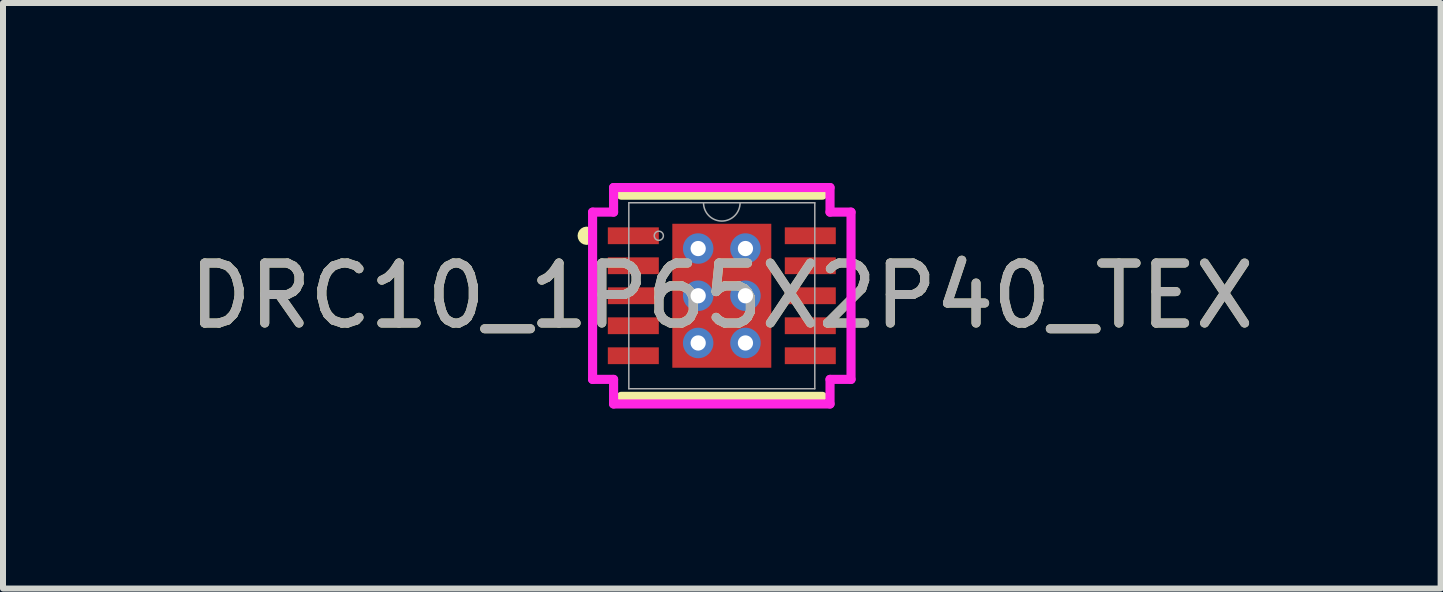
<source format=kicad_pcb>
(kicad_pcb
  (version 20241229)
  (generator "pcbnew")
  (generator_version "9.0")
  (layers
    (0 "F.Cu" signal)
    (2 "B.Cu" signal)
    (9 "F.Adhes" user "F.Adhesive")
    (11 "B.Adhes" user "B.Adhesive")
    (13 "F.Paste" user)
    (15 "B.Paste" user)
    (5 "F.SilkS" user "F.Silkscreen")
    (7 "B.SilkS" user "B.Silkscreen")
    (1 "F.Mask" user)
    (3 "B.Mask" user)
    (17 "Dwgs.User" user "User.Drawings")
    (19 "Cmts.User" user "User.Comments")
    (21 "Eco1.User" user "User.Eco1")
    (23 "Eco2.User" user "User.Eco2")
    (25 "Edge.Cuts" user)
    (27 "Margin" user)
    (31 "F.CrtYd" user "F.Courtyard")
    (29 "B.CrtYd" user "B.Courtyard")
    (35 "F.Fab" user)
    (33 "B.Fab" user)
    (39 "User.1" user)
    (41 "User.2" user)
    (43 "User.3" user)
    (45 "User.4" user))
  (footprint "DRC10_1P65X2P40_TEX"
    (layer "F.Cu")
    (at 8.982 1.88)
    (property "Reference" "DRC10_1P65X2P40_TEX" (at 0 0 0) (unlocked yes) (layer "F.SilkS") (effects (font (size 1 1) (thickness 0.15))))
    (attr smd)
    (fp_poly (pts (xy -0.888 -1.264) (xy -0.594 -1.264) (xy -0.594 1.264) (xy -0.888 1.264)) (stroke (width 0) (type solid)) (fill yes) (layer "F.Mask"))
    (fp_poly (pts (xy -0.888 -1.264) (xy 0.888 -1.264) (xy 0.888 -0.987) (xy -0.888 -0.987)) (stroke (width 0) (type solid)) (fill yes) (layer "F.Mask"))
    (fp_poly (pts (xy -0.888 -0.587) (xy 0.888 -0.587) (xy 0.888 -0.2) (xy -0.888 -0.2)) (stroke (width 0) (type solid)) (fill yes) (layer "F.Mask"))
    (fp_poly (pts (xy -0.888 0.2) (xy 0.888 0.2) (xy 0.888 0.587) (xy -0.888 0.587)) (stroke (width 0) (type solid)) (fill yes) (layer "F.Mask"))
    (fp_poly (pts (xy -0.888 0.987) (xy 0.888 0.987) (xy 0.888 1.264) (xy -0.888 1.264)) (stroke (width 0) (type solid)) (fill yes) (layer "F.Mask"))
    (fp_poly (pts (xy 0.194 -1.264) (xy -0.194 -1.264) (xy -0.194 1.264) (xy 0.194 1.264)) (stroke (width 0) (type solid)) (fill yes) (layer "F.Mask"))
    (fp_poly (pts (xy 0.594 -1.264) (xy 0.888 -1.264) (xy 0.888 1.264) (xy 0.594 1.264)) (stroke (width 0) (type solid)) (fill yes) (layer "F.Mask"))
    (fp_line (start -1.677 1.677) (end 1.677 1.677) (stroke (width 0.152) (type solid)) (layer "F.SilkS"))
    (fp_line (start 1.677 -1.677) (end -1.677 -1.677) (stroke (width 0.152) (type solid)) (layer "F.SilkS"))
    (fp_arc (start -2.232741 -0.926171) (mid -2.3278 -1) (end -2.232741 -1.073829) (stroke (width 0.1524) (type solid)) (layer "F.SilkS"))
    (fp_poly (pts (xy -0.75 -1.125) (xy -0.75 -0.887) (xy -0.635 -0.887) (xy -0.494 -1.029) (xy -0.494 -1.125)) (stroke (width 0) (type solid)) (fill yes) (layer "F.Paste"))
    (fp_poly (pts (xy -0.75 0.887) (xy -0.75 1.125) (xy -0.494 1.125) (xy -0.494 1.029) (xy -0.635 0.887)) (stroke (width 0) (type solid)) (fill yes) (layer "F.Paste"))
    (fp_poly (pts (xy 0.494 -1.125) (xy 0.494 -1.029) (xy 0.635 -0.887) (xy 0.75 -0.887) (xy 0.75 -1.125)) (stroke (width 0) (type solid)) (fill yes) (layer "F.Paste"))
    (fp_poly (pts (xy 0.635 0.887) (xy 0.494 1.029) (xy 0.494 1.125) (xy 0.75 1.125) (xy 0.75 0.887)) (stroke (width 0) (type solid)) (fill yes) (layer "F.Paste"))
    (fp_poly (pts (xy -0.75 -0.687) (xy -0.75 -0.1) (xy -0.635 -0.1) (xy -0.494 -0.241) (xy -0.494 -0.546) (xy -0.635 -0.687)) (stroke (width 0) (type solid)) (fill yes) (layer "F.Paste"))
    (fp_poly (pts (xy -0.75 0.1) (xy -0.75 0.687) (xy -0.635 0.687) (xy -0.494 0.546) (xy -0.494 0.241) (xy -0.635 0.1)) (stroke (width 0) (type solid)) (fill yes) (layer "F.Paste"))
    (fp_poly (pts (xy -0.294 -1.125) (xy -0.294 -1.029) (xy -0.152 -0.887) (xy 0.152 -0.887) (xy 0.294 -1.029) (xy 0.294 -1.125)) (stroke (width 0) (type solid)) (fill yes) (layer "F.Paste"))
    (fp_poly (pts (xy -0.152 0.887) (xy -0.294 1.029) (xy -0.294 1.125) (xy 0.294 1.125) (xy 0.294 1.029) (xy 0.152 0.887)) (stroke (width 0) (type solid)) (fill yes) (layer "F.Paste"))
    (fp_poly (pts (xy 0.635 -0.687) (xy 0.494 -0.546) (xy 0.494 -0.241) (xy 0.635 -0.1) (xy 0.75 -0.1) (xy 0.75 -0.687)) (stroke (width 0) (type solid)) (fill yes) (layer "F.Paste"))
    (fp_poly (pts (xy 0.635 0.1) (xy 0.494 0.241) (xy 0.494 0.546) (xy 0.635 0.687) (xy 0.75 0.687) (xy 0.75 0.1)) (stroke (width 0) (type solid)) (fill yes) (layer "F.Paste"))
    (fp_poly (pts (xy -0.152 -0.687) (xy -0.294 -0.546) (xy -0.294 -0.241) (xy -0.152 -0.1) (xy 0.152 -0.1) (xy 0.294 -0.241) (xy 0.294 -0.546) (xy 0.152 -0.687)) (stroke (width 0) (type solid)) (fill yes) (layer "F.Paste"))
    (fp_poly (pts (xy -0.152 0.1) (xy -0.294 0.241) (xy -0.294 0.546) (xy -0.152 0.687) (xy 0.152 0.687) (xy 0.294 0.546) (xy 0.294 0.241) (xy 0.152 0.1)) (stroke (width 0) (type solid)) (fill yes) (layer "F.Paste"))
    (fp_line (start -2.154 -1.394) (end -1.804 -1.394) (stroke (width 0.152) (type solid)) (layer "F.CrtYd"))
    (fp_line (start -2.154 1.394) (end -2.154 -1.394) (stroke (width 0.152) (type solid)) (layer "F.CrtYd"))
    (fp_line (start -2.154 1.394) (end -1.804 1.394) (stroke (width 0.152) (type solid)) (layer "F.CrtYd"))
    (fp_line (start -1.804 -1.804) (end 1.804 -1.804) (stroke (width 0.152) (type solid)) (layer "F.CrtYd"))
    (fp_line (start -1.804 -1.394) (end -1.804 -1.804) (stroke (width 0.152) (type solid)) (layer "F.CrtYd"))
    (fp_line (start -1.804 1.804) (end -1.804 1.394) (stroke (width 0.152) (type solid)) (layer "F.CrtYd"))
    (fp_line (start 1.804 -1.804) (end 1.804 -1.394) (stroke (width 0.152) (type solid)) (layer "F.CrtYd"))
    (fp_line (start 1.804 1.394) (end 1.804 1.804) (stroke (width 0.152) (type solid)) (layer "F.CrtYd"))
    (fp_line (start 1.804 1.804) (end -1.804 1.804) (stroke (width 0.152) (type solid)) (layer "F.CrtYd"))
    (fp_line (start 2.154 -1.394) (end 1.804 -1.394) (stroke (width 0.152) (type solid)) (layer "F.CrtYd"))
    (fp_line (start 2.154 -1.394) (end 2.154 1.394) (stroke (width 0.152) (type solid)) (layer "F.CrtYd"))
    (fp_line (start 2.154 1.394) (end 1.804 1.394) (stroke (width 0.152) (type solid)) (layer "F.CrtYd"))
    (fp_line (start -1.55 -1.55) (end -1.55 1.55) (stroke (width 0.025) (type solid)) (layer "F.Fab"))
    (fp_line (start -1.55 1.55) (end 1.55 1.55) (stroke (width 0.025) (type solid)) (layer "F.Fab"))
    (fp_line (start 1.55 -1.55) (end -1.55 -1.55) (stroke (width 0.025) (type solid)) (layer "F.Fab"))
    (fp_line (start 1.55 1.55) (end 1.55 -1.55) (stroke (width 0.025) (type solid)) (layer "F.Fab"))
    (fp_arc (start 0.3048 -1.549999) (mid 0 -1.245199) (end -0.3048 -1.549999) (stroke (width 0.0254) (type solid)) (layer "F.Fab"))
    (fp_circle (center -1.05 -1) (end -0.974 -1) (stroke (width 0.025) (type solid)) (fill no) (layer "F.Fab"))
    (fp_text user "${REFERENCE}" (at 0 0 0) (unlocked yes) (layer "F.Fab") (effects (font (size 1 1) (thickness 0.15))))
    (pad "1" smd rect (at -1.475 -1) (size 0.85 0.28) (layers "F.Cu" "F.Mask" "F.Paste"))
    (pad "2" smd rect (at -1.475 -0.5) (size 0.85 0.28) (layers "F.Cu" "F.Mask" "F.Paste"))
    (pad "3" smd rect (at -1.475 0) (size 0.85 0.28) (layers "F.Cu" "F.Mask" "F.Paste"))
    (pad "4" smd rect (at -1.475 0.5) (size 0.85 0.28) (layers "F.Cu" "F.Mask" "F.Paste"))
    (pad "5" smd rect (at -1.475 1) (size 0.85 0.28) (layers "F.Cu" "F.Mask" "F.Paste"))
    (pad "6" smd rect (at 1.475 1) (size 0.85 0.28) (layers "F.Cu" "F.Mask" "F.Paste"))
    (pad "7" smd rect (at 1.475 0.5) (size 0.85 0.28) (layers "F.Cu" "F.Mask" "F.Paste"))
    (pad "8" smd rect (at 1.475 0) (size 0.85 0.28) (layers "F.Cu" "F.Mask" "F.Paste"))
    (pad "9" smd rect (at 1.475 -0.5) (size 0.85 0.28) (layers "F.Cu" "F.Mask" "F.Paste"))
    (pad "10" smd rect (at 1.475 -1) (size 0.85 0.28) (layers "F.Cu" "F.Mask" "F.Paste"))
    (pad "11" smd rect (at 0 0) (size 1.65 2.4) (layers "F.Cu"))
    (pad "V" thru_hole circle (at -0.394 -0.787) (size 0.508 0.508) (drill 0.254) (layers "*.Cu" "*.Mask"))
    (pad "V" thru_hole circle (at -0.394 0) (size 0.508 0.508) (drill 0.254) (layers "*.Cu" "*.Mask"))
    (pad "V" thru_hole circle (at -0.394 0.787) (size 0.508 0.508) (drill 0.254) (layers "*.Cu" "*.Mask"))
    (pad "V" thru_hole circle (at 0.394 -0.787) (size 0.508 0.508) (drill 0.254) (layers "*.Cu" "*.Mask"))
    (pad "V" thru_hole circle (at 0.394 0) (size 0.508 0.508) (drill 0.254) (layers "*.Cu" "*.Mask"))
    (pad "V" thru_hole circle (at 0.394 0.787) (size 0.508 0.508) (drill 0.254) (layers "*.Cu" "*.Mask")))
  (gr_rect
    (start -3 -3)
    (end 20.964 6.76)
    (stroke (width 0.1) (type default))
    (fill no)
    (layer "Edge.Cuts")))
</source>
